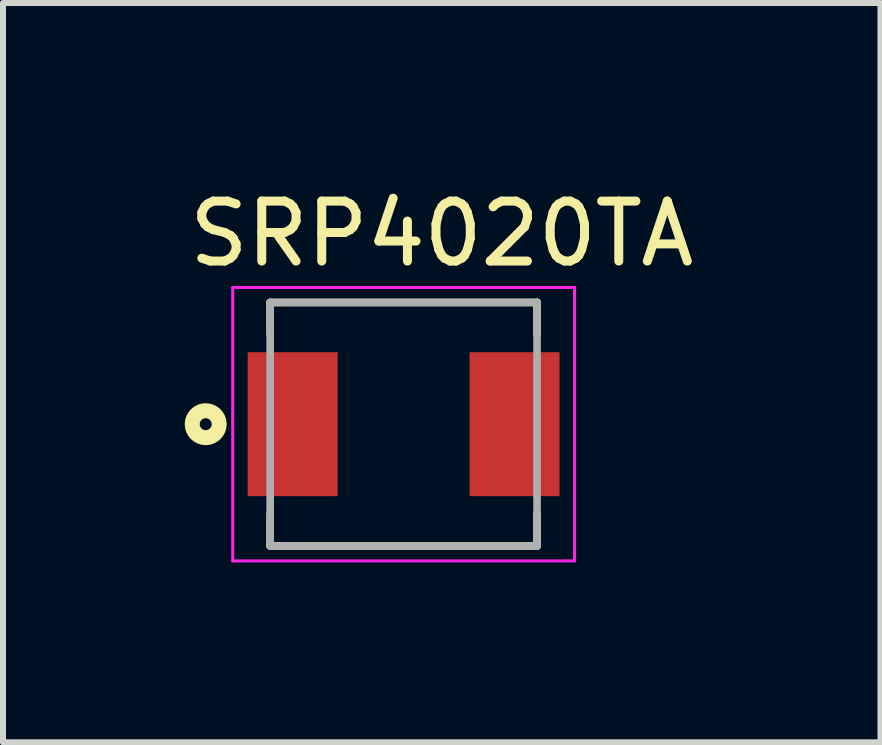
<source format=kicad_pcb>
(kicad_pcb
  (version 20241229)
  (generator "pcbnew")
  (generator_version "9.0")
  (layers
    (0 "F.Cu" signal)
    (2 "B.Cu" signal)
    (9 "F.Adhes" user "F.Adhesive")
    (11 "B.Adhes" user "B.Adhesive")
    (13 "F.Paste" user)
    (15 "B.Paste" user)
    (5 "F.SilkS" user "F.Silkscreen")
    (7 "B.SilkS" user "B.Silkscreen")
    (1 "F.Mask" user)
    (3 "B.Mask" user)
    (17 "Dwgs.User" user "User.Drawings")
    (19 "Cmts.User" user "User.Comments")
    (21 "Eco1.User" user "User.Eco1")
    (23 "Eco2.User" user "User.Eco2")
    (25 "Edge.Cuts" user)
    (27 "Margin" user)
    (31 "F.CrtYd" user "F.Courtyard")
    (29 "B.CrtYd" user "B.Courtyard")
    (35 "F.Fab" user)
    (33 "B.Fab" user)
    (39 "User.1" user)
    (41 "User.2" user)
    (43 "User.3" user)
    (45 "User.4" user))
  (footprint "SRP4020TA"
    (layer "F.Cu")
    (at 3.68 4.023)
    (property "Reference" "SRP4020TA" (at 0.635 -3.175 0) (layer "F.SilkS") (effects (font (size 1 1) (thickness 0.15))))
    (attr smd)
    (fp_line (start -2.225 -2.03) (end 2.225 -2.03) (stroke (width 0.127) (type solid)) (layer "F.SilkS"))
    (fp_line (start -2.225 -1.5) (end -2.225 -2.03) (stroke (width 0.127) (type solid)) (layer "F.SilkS"))
    (fp_line (start -2.225 2.03) (end -2.225 1.5) (stroke (width 0.127) (type solid)) (layer "F.SilkS"))
    (fp_line (start -2.225 2.03) (end 2.225 2.03) (stroke (width 0.127) (type solid)) (layer "F.SilkS"))
    (fp_line (start 2.225 -2.03) (end 2.225 -1.5) (stroke (width 0.127) (type solid)) (layer "F.SilkS"))
    (fp_line (start 2.225 2.03) (end 2.225 1.5) (stroke (width 0.127) (type solid)) (layer "F.SilkS"))
    (fp_circle (center -3.3 0) (end -3.2 0) (stroke (width 0.25) (type default)) (fill no) (layer "F.SilkS"))
    (fp_line (start -2.85 -2.28) (end 2.85 -2.28) (stroke (width 0.05) (type solid)) (layer "F.CrtYd"))
    (fp_line (start -2.85 2.28) (end -2.85 -2.28) (stroke (width 0.05) (type solid)) (layer "F.CrtYd"))
    (fp_line (start 2.85 -2.28) (end 2.85 2.28) (stroke (width 0.05) (type solid)) (layer "F.CrtYd"))
    (fp_line (start 2.85 2.28) (end -2.85 2.28) (stroke (width 0.05) (type solid)) (layer "F.CrtYd"))
    (fp_line (start -2.225 -2.03) (end 2.225 -2.03) (stroke (width 0.127) (type solid)) (layer "F.Fab"))
    (fp_line (start -2.225 2.03) (end -2.225 -2.03) (stroke (width 0.127) (type solid)) (layer "F.Fab"))
    (fp_line (start 2.225 -2.03) (end 2.225 2.03) (stroke (width 0.127) (type solid)) (layer "F.Fab"))
    (fp_line (start 2.225 2.03) (end -2.225 2.03) (stroke (width 0.127) (type solid)) (layer "F.Fab"))
    (pad "1" smd rect (at -1.85 0) (size 1.5 2.4) (layers "F.Cu" "F.Mask" "F.Paste"))
    (pad "2" smd rect (at 1.85 0) (size 1.5 2.4) (layers "F.Cu" "F.Mask" "F.Paste")))
  (gr_rect
    (start -3 -3)
    (end 11.631 9.328)
    (stroke (width 0.1) (type default))
    (fill no)
    (layer "Edge.Cuts")))
</source>
